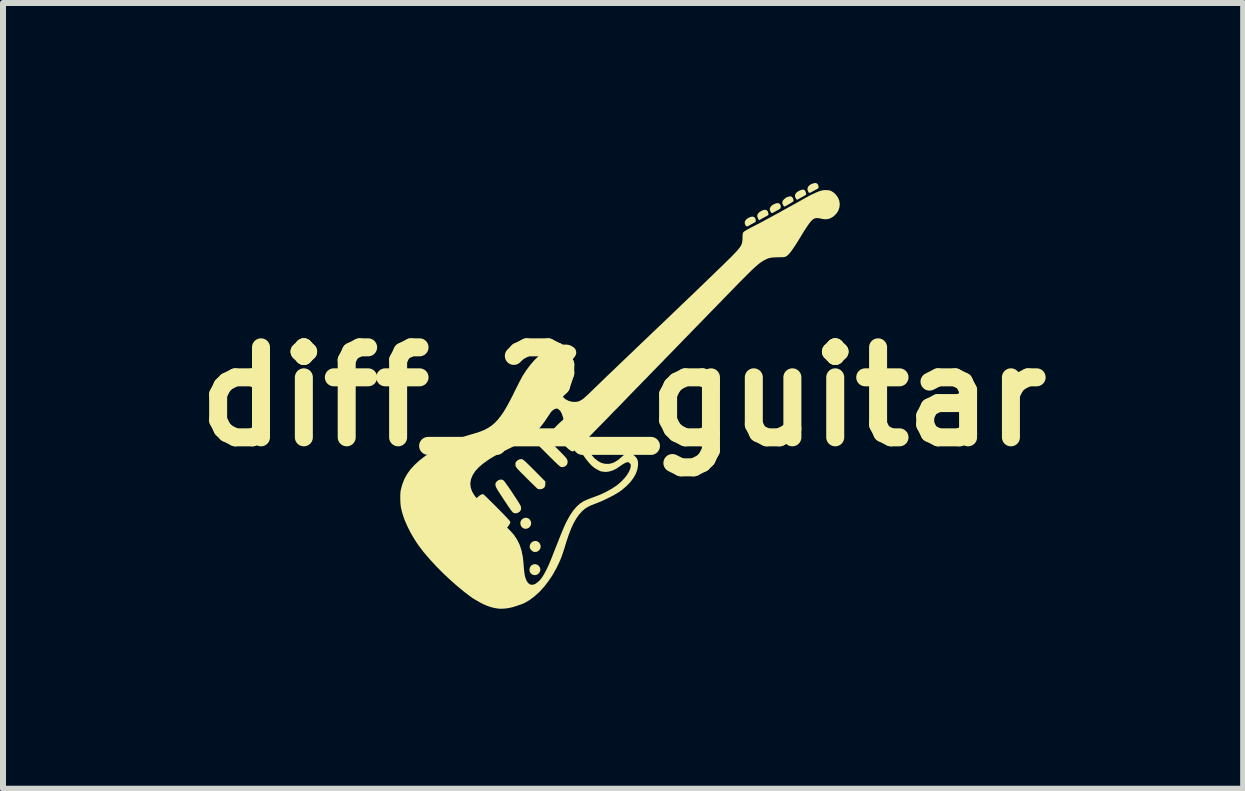
<source format=kicad_pcb>
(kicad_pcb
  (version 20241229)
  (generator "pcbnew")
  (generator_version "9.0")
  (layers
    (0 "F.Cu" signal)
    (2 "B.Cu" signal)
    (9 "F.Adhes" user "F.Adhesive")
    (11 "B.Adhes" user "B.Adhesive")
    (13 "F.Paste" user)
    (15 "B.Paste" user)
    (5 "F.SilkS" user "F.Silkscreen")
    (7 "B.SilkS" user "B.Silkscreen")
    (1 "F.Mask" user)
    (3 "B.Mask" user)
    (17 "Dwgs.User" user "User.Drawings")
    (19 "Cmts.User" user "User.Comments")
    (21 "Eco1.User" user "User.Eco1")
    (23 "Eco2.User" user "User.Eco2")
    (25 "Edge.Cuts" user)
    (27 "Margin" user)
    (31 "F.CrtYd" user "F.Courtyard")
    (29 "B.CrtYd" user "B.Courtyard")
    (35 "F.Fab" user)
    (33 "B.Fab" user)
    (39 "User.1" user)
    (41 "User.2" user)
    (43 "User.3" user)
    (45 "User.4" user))
  (footprint "diff_2_guitar"
    (layer "F.Cu")
    (at 7.336 3.561)
    (property "Reference" "diff_2_guitar" (at 0 0 0) (layer "F.SilkS") (effects (font (size 1.5 1.5) (thickness 0.3))))
    (attr board_only exclude_from_pos_files exclude_from_bom)
    (fp_poly (pts (xy -1.435 2.41) (xy -1.407 2.426) (xy -1.386 2.453) (xy -1.374 2.487) (xy -1.376 2.52) (xy -1.389 2.548) (xy -1.411 2.571) (xy -1.439 2.586) (xy -1.47 2.59) (xy -1.5 2.583) (xy -1.51 2.577) (xy -1.539 2.551) (xy -1.555 2.52) (xy -1.557 2.487) (xy -1.546 2.455) (xy -1.528 2.432) (xy -1.498 2.412) (xy -1.466 2.405)) (stroke (width 0) (type solid)) (fill yes) (layer "F.SilkS"))
    (fp_poly (pts (xy -1.604 2.02) (xy -1.574 2.033) (xy -1.548 2.059) (xy -1.545 2.063) (xy -1.533 2.096) (xy -1.534 2.13) (xy -1.548 2.161) (xy -1.571 2.186) (xy -1.587 2.194) (xy -1.614 2.203) (xy -1.638 2.203) (xy -1.665 2.193) (xy -1.689 2.175) (xy -1.706 2.148) (xy -1.713 2.116) (xy -1.71 2.084) (xy -1.697 2.058) (xy -1.669 2.033) (xy -1.637 2.02)) (stroke (width 0) (type solid)) (fill yes) (layer "F.SilkS"))
    (fp_poly (pts (xy -1.458 2.793) (xy -1.428 2.803) (xy -1.402 2.824) (xy -1.385 2.852) (xy -1.382 2.861) (xy -1.38 2.895) (xy -1.391 2.926) (xy -1.41 2.951) (xy -1.437 2.969) (xy -1.469 2.976) (xy -1.502 2.97) (xy -1.512 2.966) (xy -1.54 2.945) (xy -1.556 2.918) (xy -1.561 2.888) (xy -1.557 2.858) (xy -1.543 2.83) (xy -1.522 2.808) (xy -1.493 2.795) (xy -1.458 2.793)) (stroke (width 0) (type solid)) (fill yes) (layer "F.SilkS"))
    (fp_poly (pts (xy 2.395 -3.106) (xy 2.413 -3.085) (xy 2.422 -3.053) (xy 2.423 -3.04) (xy 2.421 -3.031) (xy 2.413 -3.022) (xy 2.396 -3.011) (xy 2.371 -2.998) (xy 2.341 -2.982) (xy 2.314 -2.967) (xy 2.293 -2.955) (xy 2.291 -2.954) (xy 2.267 -2.94) (xy 2.251 -2.965) (xy 2.237 -2.998) (xy 2.237 -3.027) (xy 2.251 -3.054) (xy 2.279 -3.08) (xy 2.298 -3.092) (xy 2.338 -3.11) (xy 2.37 -3.115)) (stroke (width 0) (type solid)) (fill yes) (layer "F.SilkS"))
    (fp_poly (pts (xy 2.185 -2.992) (xy 2.197 -2.981) (xy 2.208 -2.959) (xy 2.213 -2.936) (xy 2.211 -2.921) (xy 2.204 -2.91) (xy 2.187 -2.9) (xy 2.177 -2.894) (xy 2.15 -2.88) (xy 2.123 -2.865) (xy 2.114 -2.86) (xy 2.086 -2.844) (xy 2.066 -2.837) (xy 2.052 -2.841) (xy 2.043 -2.851) (xy 2.028 -2.884) (xy 2.028 -2.915) (xy 2.043 -2.943) (xy 2.072 -2.969) (xy 2.086 -2.978) (xy 2.126 -2.996) (xy 2.159 -3.001)) (stroke (width 0) (type solid)) (fill yes) (layer "F.SilkS"))
    (fp_poly (pts (xy 3.231 -3.553) (xy 3.243 -3.541) (xy 3.254 -3.519) (xy 3.258 -3.497) (xy 3.257 -3.481) (xy 3.25 -3.47) (xy 3.233 -3.46) (xy 3.222 -3.454) (xy 3.193 -3.439) (xy 3.161 -3.421) (xy 3.15 -3.415) (xy 3.125 -3.402) (xy 3.11 -3.396) (xy 3.1 -3.398) (xy 3.091 -3.407) (xy 3.088 -3.412) (xy 3.074 -3.445) (xy 3.074 -3.477) (xy 3.089 -3.506) (xy 3.117 -3.531) (xy 3.139 -3.543) (xy 3.178 -3.557) (xy 3.208 -3.561)) (stroke (width 0) (type solid)) (fill yes) (layer "F.SilkS"))
    (fp_poly (pts (xy 2.808 -3.334) (xy 2.821 -3.322) (xy 2.833 -3.302) (xy 2.84 -3.279) (xy 2.841 -3.26) (xy 2.84 -3.257) (xy 2.832 -3.25) (xy 2.815 -3.239) (xy 2.791 -3.224) (xy 2.763 -3.207) (xy 2.736 -3.191) (xy 2.711 -3.178) (xy 2.694 -3.17) (xy 2.686 -3.167) (xy 2.68 -3.173) (xy 2.67 -3.188) (xy 2.667 -3.192) (xy 2.654 -3.221) (xy 2.654 -3.247) (xy 2.666 -3.272) (xy 2.686 -3.293) (xy 2.717 -3.317) (xy 2.751 -3.332) (xy 2.784 -3.338)) (stroke (width 0) (type solid)) (fill yes) (layer "F.SilkS"))
    (fp_poly (pts (xy 2.599 -3.22) (xy 2.611 -3.21) (xy 2.625 -3.191) (xy 2.628 -3.169) (xy 2.628 -3.163) (xy 2.625 -3.145) (xy 2.616 -3.132) (xy 2.597 -3.12) (xy 2.592 -3.117) (xy 2.564 -3.102) (xy 2.533 -3.084) (xy 2.518 -3.076) (xy 2.496 -3.064) (xy 2.483 -3.06) (xy 2.475 -3.061) (xy 2.467 -3.068) (xy 2.456 -3.085) (xy 2.447 -3.105) (xy 2.445 -3.133) (xy 2.456 -3.16) (xy 2.478 -3.185) (xy 2.51 -3.206) (xy 2.549 -3.221) (xy 2.563 -3.224) (xy 2.584 -3.226)) (stroke (width 0) (type solid)) (fill yes) (layer "F.SilkS"))
    (fp_poly (pts (xy 2.999 -3.451) (xy 3.018 -3.446) (xy 3.027 -3.44) (xy 3.036 -3.427) (xy 3.044 -3.408) (xy 3.05 -3.387) (xy 3.051 -3.37) (xy 3.049 -3.364) (xy 3.04 -3.359) (xy 3.022 -3.348) (xy 2.997 -3.334) (xy 2.97 -3.319) (xy 2.943 -3.304) (xy 2.92 -3.291) (xy 2.904 -3.283) (xy 2.899 -3.281) (xy 2.893 -3.286) (xy 2.881 -3.299) (xy 2.88 -3.301) (xy 2.866 -3.33) (xy 2.866 -3.361) (xy 2.879 -3.39) (xy 2.889 -3.4) (xy 2.914 -3.42) (xy 2.944 -3.436) (xy 2.974 -3.447) (xy 2.998 -3.451)) (stroke (width 0) (type solid)) (fill yes) (layer "F.SilkS"))
    (fp_poly (pts (xy -1.311 0.673) (xy -1.302 0.679) (xy -1.283 0.694) (xy -1.257 0.717) (xy -1.225 0.746) (xy -1.189 0.78) (xy -1.151 0.816) (xy -1.111 0.855) (xy -1.072 0.893) (xy -1.036 0.93) (xy -1.003 0.963) (xy -0.976 0.992) (xy -0.955 1.015) (xy -0.946 1.026) (xy -0.928 1.06) (xy -0.924 1.095) (xy -0.933 1.127) (xy -0.943 1.142) (xy -0.97 1.164) (xy -1.002 1.175) (xy -1.034 1.173) (xy -1.046 1.167) (xy -1.067 1.15) (xy -1.097 1.124) (xy -1.136 1.087) (xy -1.184 1.04) (xy -1.241 0.983) (xy -1.425 0.799) (xy -1.425 0.763) (xy -1.422 0.736) (xy -1.413 0.716) (xy -1.404 0.704) (xy -1.375 0.683) (xy -1.34 0.673)) (stroke (width 0) (type solid)) (fill yes) (layer "F.SilkS"))
    (fp_poly (pts (xy -1.689 1.042) (xy -1.68 1.045) (xy -1.671 1.049) (xy -1.658 1.058) (xy -1.642 1.071) (xy -1.622 1.089) (xy -1.596 1.114) (xy -1.563 1.146) (xy -1.521 1.188) (xy -1.471 1.238) (xy -1.464 1.245) (xy -1.296 1.415) (xy -1.296 1.454) (xy -1.301 1.492) (xy -1.318 1.52) (xy -1.346 1.537) (xy -1.372 1.543) (xy -1.396 1.543) (xy -1.416 1.54) (xy -1.421 1.539) (xy -1.43 1.532) (xy -1.448 1.516) (xy -1.474 1.491) (xy -1.506 1.46) (xy -1.544 1.423) (xy -1.585 1.382) (xy -1.613 1.354) (xy -1.661 1.306) (xy -1.7 1.267) (xy -1.73 1.236) (xy -1.753 1.212) (xy -1.769 1.193) (xy -1.78 1.179) (xy -1.787 1.168) (xy -1.791 1.158) (xy -1.793 1.149) (xy -1.794 1.139) (xy -1.795 1.114) (xy -1.791 1.097) (xy -1.779 1.08) (xy -1.777 1.078) (xy -1.753 1.057) (xy -1.723 1.044) (xy -1.694 1.041)) (stroke (width 0) (type solid)) (fill yes) (layer "F.SilkS"))
    (fp_poly (pts (xy -2.012 1.386) (xy -1.993 1.397) (xy -1.983 1.407) (xy -1.966 1.429) (xy -1.944 1.46) (xy -1.916 1.499) (xy -1.885 1.544) (xy -1.851 1.594) (xy -1.836 1.617) (xy -1.799 1.674) (xy -1.769 1.719) (xy -1.746 1.755) (xy -1.729 1.783) (xy -1.717 1.804) (xy -1.709 1.821) (xy -1.704 1.833) (xy -1.702 1.844) (xy -1.701 1.855) (xy -1.701 1.858) (xy -1.703 1.883) (xy -1.711 1.901) (xy -1.724 1.917) (xy -1.754 1.937) (xy -1.789 1.945) (xy -1.815 1.942) (xy -1.823 1.939) (xy -1.831 1.935) (xy -1.841 1.926) (xy -1.852 1.914) (xy -1.867 1.895) (xy -1.885 1.87) (xy -1.909 1.836) (xy -1.938 1.792) (xy -1.975 1.737) (xy -1.991 1.713) (xy -2.029 1.655) (xy -2.059 1.609) (xy -2.082 1.572) (xy -2.1 1.543) (xy -2.112 1.521) (xy -2.12 1.504) (xy -2.125 1.49) (xy -2.127 1.479) (xy -2.128 1.477) (xy -2.129 1.454) (xy -2.124 1.438) (xy -2.112 1.421) (xy -2.106 1.414) (xy -2.076 1.391) (xy -2.044 1.382)) (stroke (width 0) (type solid)) (fill yes) (layer "F.SilkS"))
    (fp_poly (pts (xy 3.426 -3.44) (xy 3.467 -3.428) (xy 3.504 -3.406) (xy 3.541 -3.372) (xy 3.545 -3.368) (xy 3.581 -3.319) (xy 3.603 -3.266) (xy 3.611 -3.211) (xy 3.606 -3.156) (xy 3.589 -3.104) (xy 3.559 -3.055) (xy 3.516 -3.012) (xy 3.489 -2.992) (xy 3.45 -2.971) (xy 3.411 -2.959) (xy 3.37 -2.956) (xy 3.322 -2.961) (xy 3.292 -2.968) (xy 3.263 -2.974) (xy 3.237 -2.976) (xy 3.213 -2.975) (xy 3.191 -2.969) (xy 3.169 -2.957) (xy 3.146 -2.938) (xy 3.121 -2.911) (xy 3.094 -2.875) (xy 3.063 -2.83) (xy 3.026 -2.774) (xy 2.984 -2.706) (xy 2.952 -2.653) (xy 2.906 -2.578) (xy 2.866 -2.515) (xy 2.831 -2.464) (xy 2.802 -2.423) (xy 2.776 -2.39) (xy 2.754 -2.366) (xy 2.734 -2.349) (xy 2.73 -2.346) (xy 2.718 -2.338) (xy 2.706 -2.332) (xy 2.693 -2.328) (xy 2.674 -2.325) (xy 2.649 -2.324) (xy 2.612 -2.323) (xy 2.586 -2.323) (xy 2.53 -2.321) (xy 2.484 -2.318) (xy 2.447 -2.312) (xy 2.413 -2.302) (xy 2.381 -2.288) (xy 2.345 -2.269) (xy 2.339 -2.266) (xy 2.319 -2.254) (xy 2.298 -2.24) (xy 2.275 -2.223) (xy 2.25 -2.203) (xy 2.222 -2.178) (xy 2.189 -2.149) (xy 2.152 -2.115) (xy 2.11 -2.074) (xy 2.062 -2.026) (xy 2.007 -1.971) (xy 1.944 -1.908) (xy 1.873 -1.835) (xy 1.793 -1.753) (xy 1.709 -1.667) (xy 1.671 -1.628) (xy 1.625 -1.58) (xy 1.575 -1.529) (xy 1.524 -1.476) (xy 1.474 -1.426) (xy 1.447 -1.398) (xy 1.409 -1.359) (xy 1.363 -1.311) (xy 1.31 -1.257) (xy 1.253 -1.198) (xy 1.193 -1.137) (xy 1.133 -1.075) (xy 1.075 -1.015) (xy 1.053 -0.993) (xy 0.996 -0.934) (xy 0.936 -0.872) (xy 0.876 -0.81) (xy 0.817 -0.749) (xy 0.761 -0.692) (xy 0.711 -0.641) (xy 0.669 -0.597) (xy 0.656 -0.583) (xy 0.573 -0.499) (xy 0.501 -0.425) (xy 0.437 -0.359) (xy 0.382 -0.302) (xy 0.333 -0.253) (xy 0.291 -0.209) (xy 0.254 -0.171) (xy 0.221 -0.138) (xy 0.192 -0.108) (xy 0.166 -0.081) (xy 0.142 -0.057) (xy 0.119 -0.033) (xy 0.096 -0.009) (xy 0.091 -0.004) (xy 0.019 0.071) (xy -0.063 0.156) (xy -0.156 0.25) (xy -0.257 0.355) (xy -0.368 0.468) (xy -0.46 0.562) (xy -0.509 0.612) (xy -0.548 0.652) (xy -0.578 0.684) (xy -0.6 0.71) (xy -0.615 0.73) (xy -0.624 0.748) (xy -0.628 0.764) (xy -0.627 0.779) (xy -0.623 0.796) (xy -0.616 0.816) (xy -0.61 0.83) (xy -0.579 0.895) (xy -0.537 0.958) (xy -0.487 1.016) (xy -0.474 1.03) (xy -0.418 1.074) (xy -0.363 1.104) (xy -0.307 1.119) (xy -0.248 1.121) (xy -0.22 1.118) (xy -0.173 1.106) (xy -0.126 1.083) (xy -0.077 1.05) (xy -0.023 1.004) (xy -0.022 1.003) (xy 0.011 0.974) (xy 0.035 0.955) (xy 0.053 0.947) (xy 0.059 0.946) (xy 0.078 0.945) (xy 0.091 0.944) (xy 0.116 0.947) (xy 0.146 0.959) (xy 0.177 0.976) (xy 0.201 0.996) (xy 0.225 1.024) (xy 0.24 1.054) (xy 0.248 1.088) (xy 0.249 1.131) (xy 0.248 1.147) (xy 0.237 1.216) (xy 0.212 1.285) (xy 0.173 1.355) (xy 0.121 1.424) (xy 0.057 1.49) (xy -0.018 1.554) (xy -0.057 1.583) (xy -0.1 1.61) (xy -0.153 1.641) (xy -0.214 1.673) (xy -0.28 1.706) (xy -0.346 1.737) (xy -0.411 1.764) (xy -0.462 1.784) (xy -0.521 1.807) (xy -0.568 1.828) (xy -0.606 1.849) (xy -0.64 1.872) (xy -0.672 1.899) (xy -0.686 1.913) (xy -0.735 1.967) (xy -0.78 2.031) (xy -0.823 2.106) (xy -0.864 2.194) (xy -0.903 2.294) (xy -0.942 2.408) (xy -0.955 2.451) (xy -0.98 2.533) (xy -1.003 2.604) (xy -1.025 2.667) (xy -1.048 2.725) (xy -1.074 2.782) (xy -1.103 2.841) (xy -1.112 2.86) (xy -1.174 2.971) (xy -1.243 3.074) (xy -1.317 3.17) (xy -1.396 3.256) (xy -1.478 3.33) (xy -1.561 3.392) (xy -1.636 3.436) (xy -1.667 3.45) (xy -1.708 3.466) (xy -1.755 3.482) (xy -1.801 3.497) (xy -1.844 3.51) (xy -1.874 3.517) (xy -1.9 3.522) (xy -1.924 3.527) (xy -1.932 3.528) (xy -1.948 3.53) (xy -1.971 3.532) (xy -1.999 3.534) (xy -2.027 3.535) (xy -2.051 3.536) (xy -2.067 3.535) (xy -2.07 3.535) (xy -2.078 3.533) (xy -2.097 3.53) (xy -2.117 3.528) (xy -2.171 3.517) (xy -2.232 3.499) (xy -2.298 3.474) (xy -2.363 3.443) (xy -2.421 3.41) (xy -2.446 3.396) (xy -2.466 3.384) (xy -2.478 3.377) (xy -2.478 3.377) (xy -2.489 3.371) (xy -2.509 3.358) (xy -2.533 3.341) (xy -2.54 3.336) (xy -2.651 3.252) (xy -2.766 3.157) (xy -2.883 3.054) (xy -2.999 2.945) (xy -3.11 2.833) (xy -3.215 2.72) (xy -3.311 2.608) (xy -3.332 2.583) (xy -3.41 2.48) (xy -3.481 2.373) (xy -3.544 2.264) (xy -3.599 2.155) (xy -3.645 2.048) (xy -3.679 1.946) (xy -3.702 1.853) (xy -3.709 1.806) (xy -3.713 1.752) (xy -3.714 1.695) (xy -3.714 1.639) (xy -3.711 1.59) (xy -3.706 1.557) (xy -3.682 1.466) (xy -3.678 1.456) (xy -2.546 1.456) (xy -2.539 1.517) (xy -2.518 1.579) (xy -2.483 1.639) (xy -2.482 1.64) (xy -2.465 1.663) (xy -2.451 1.681) (xy -2.442 1.689) (xy -2.441 1.69) (xy -2.433 1.685) (xy -2.419 1.672) (xy -2.413 1.666) (xy -2.388 1.645) (xy -2.362 1.631) (xy -2.34 1.626) (xy -2.328 1.628) (xy -2.32 1.635) (xy -2.302 1.652) (xy -2.277 1.676) (xy -2.244 1.708) (xy -2.205 1.747) (xy -2.162 1.789) (xy -2.115 1.836) (xy -2.097 1.854) (xy -2.041 1.911) (xy -1.995 1.958) (xy -1.958 1.996) (xy -1.929 2.027) (xy -1.908 2.05) (xy -1.893 2.068) (xy -1.884 2.081) (xy -1.88 2.09) (xy -1.879 2.093) (xy -1.884 2.11) (xy -1.896 2.133) (xy -1.906 2.148) (xy -1.933 2.183) (xy -1.882 2.234) (xy -1.819 2.305) (xy -1.767 2.383) (xy -1.725 2.468) (xy -1.694 2.562) (xy -1.672 2.667) (xy -1.659 2.782) (xy -1.659 2.792) (xy -1.653 2.865) (xy -1.647 2.924) (xy -1.64 2.973) (xy -1.63 3.014) (xy -1.618 3.048) (xy -1.609 3.067) (xy -1.585 3.105) (xy -1.556 3.128) (xy -1.522 3.137) (xy -1.486 3.131) (xy -1.454 3.116) (xy -1.423 3.092) (xy -1.392 3.064) (xy -1.363 3.029) (xy -1.334 2.987) (xy -1.304 2.935) (xy -1.272 2.874) (xy -1.239 2.802) (xy -1.203 2.717) (xy -1.167 2.626) (xy -1.13 2.531) (xy -1.097 2.449) (xy -1.069 2.378) (xy -1.045 2.317) (xy -1.024 2.266) (xy -1.006 2.222) (xy -0.989 2.184) (xy -0.975 2.15) (xy -0.961 2.121) (xy -0.948 2.093) (xy -0.938 2.074) (xy -0.887 1.982) (xy -0.835 1.904) (xy -0.781 1.84) (xy -0.724 1.787) (xy -0.663 1.746) (xy -0.661 1.745) (xy -0.636 1.733) (xy -0.601 1.718) (xy -0.56 1.701) (xy -0.517 1.685) (xy -0.506 1.681) (xy -0.389 1.637) (xy -0.283 1.587) (xy -0.187 1.534) (xy -0.104 1.478) (xy -0.034 1.42) (xy -0.034 1.419) (xy 0.02 1.363) (xy 0.064 1.307) (xy 0.097 1.253) (xy 0.119 1.202) (xy 0.126 1.167) (xy 0.128 1.143) (xy 0.125 1.128) (xy 0.115 1.114) (xy 0.111 1.111) (xy 0.094 1.098) (xy 0.076 1.091) (xy 0.075 1.091) (xy 0.057 1.096) (xy 0.03 1.108) (xy -0.002 1.126) (xy -0.035 1.147) (xy -0.062 1.167) (xy -0.115 1.203) (xy -0.172 1.23) (xy -0.23 1.248) (xy -0.285 1.255) (xy -0.321 1.253) (xy -0.344 1.25) (xy -0.36 1.247) (xy -0.364 1.247) (xy -0.379 1.242) (xy -0.403 1.231) (xy -0.431 1.216) (xy -0.458 1.201) (xy -0.46 1.2) (xy -0.488 1.18) (xy -0.516 1.157) (xy -0.544 1.13) (xy -0.574 1.096) (xy -0.608 1.054) (xy -0.646 1.003) (xy -0.69 0.941) (xy -0.701 0.926) (xy -0.72 0.901) (xy -0.737 0.88) (xy -0.749 0.869) (xy -0.752 0.867) (xy -0.768 0.87) (xy -0.791 0.886) (xy -0.796 0.89) (xy -0.813 0.903) (xy -0.83 0.911) (xy -0.847 0.912) (xy -0.866 0.906) (xy -0.889 0.891) (xy -0.918 0.868) (xy -0.953 0.835) (xy -0.997 0.792) (xy -1.007 0.782) (xy -1.062 0.723) (xy -1.105 0.674) (xy -1.137 0.633) (xy -1.156 0.602) (xy -1.163 0.584) (xy -1.164 0.567) (xy -1.16 0.55) (xy -1.149 0.53) (xy -1.129 0.507) (xy -1.1 0.477) (xy -1.07 0.448) (xy -0.994 0.379) (xy -1.005 0.335) (xy -1.023 0.283) (xy -1.044 0.243) (xy -1.069 0.217) (xy -1.093 0.201) (xy -1.116 0.199) (xy -1.143 0.209) (xy -1.156 0.217) (xy -1.17 0.226) (xy -1.181 0.235) (xy -1.191 0.245) (xy -1.202 0.258) (xy -1.216 0.278) (xy -1.235 0.306) (xy -1.26 0.343) (xy -1.263 0.349) (xy -1.313 0.422) (xy -1.364 0.489) (xy -1.412 0.547) (xy -1.457 0.595) (xy -1.479 0.615) (xy -1.512 0.643) (xy -1.548 0.67) (xy -1.588 0.697) (xy -1.634 0.725) (xy -1.687 0.756) (xy -1.751 0.79) (xy -1.825 0.828) (xy -1.856 0.844) (xy -1.93 0.881) (xy -1.992 0.912) (xy -2.044 0.939) (xy -2.087 0.961) (xy -2.123 0.98) (xy -2.154 0.997) (xy -2.181 1.013) (xy -2.206 1.028) (xy -2.231 1.044) (xy -2.251 1.057) (xy -2.337 1.119) (xy -2.409 1.181) (xy -2.466 1.244) (xy -2.507 1.308) (xy -2.534 1.373) (xy -2.546 1.438) (xy -2.546 1.456) (xy -3.678 1.456) (xy -3.649 1.38) (xy -3.604 1.297) (xy -3.548 1.218) (xy -3.48 1.142) (xy -3.399 1.067) (xy -3.305 0.994) (xy -3.196 0.921) (xy -3.082 0.853) (xy -2.985 0.801) (xy -2.891 0.756) (xy -2.796 0.716) (xy -2.695 0.679) (xy -2.585 0.645) (xy -2.516 0.625) (xy -2.437 0.602) (xy -2.366 0.577) (xy -2.301 0.549) (xy -2.243 0.517) (xy -2.189 0.48) (xy -2.138 0.437) (xy -2.09 0.386) (xy -2.043 0.327) (xy -1.995 0.259) (xy -1.947 0.179) (xy -1.897 0.088) (xy -1.843 -0.015) (xy -1.821 -0.061) (xy -1.793 -0.117) (xy -1.765 -0.172) (xy -1.74 -0.223) (xy -1.717 -0.267) (xy -1.698 -0.303) (xy -1.684 -0.329) (xy -1.68 -0.337) (xy -1.616 -0.437) (xy -1.547 -0.529) (xy -1.473 -0.614) (xy -1.396 -0.688) (xy -1.317 -0.75) (xy -1.238 -0.8) (xy -1.218 -0.81) (xy -1.158 -0.837) (xy -1.103 -0.854) (xy -1.049 -0.864) (xy -0.989 -0.867) (xy -0.981 -0.867) (xy -0.944 -0.867) (xy -0.918 -0.864) (xy -0.897 -0.86) (xy -0.877 -0.852) (xy -0.862 -0.845) (xy -0.823 -0.821) (xy -0.797 -0.793) (xy -0.784 -0.76) (xy -0.783 -0.751) (xy -0.781 -0.729) (xy -0.784 -0.709) (xy -0.792 -0.688) (xy -0.806 -0.665) (xy -0.829 -0.637) (xy -0.86 -0.603) (xy -0.893 -0.57) (xy -0.95 -0.509) (xy -0.996 -0.454) (xy -1.03 -0.402) (xy -1.055 -0.351) (xy -1.072 -0.3) (xy -1.08 -0.245) (xy -1.082 -0.226) (xy -1.083 -0.188) (xy -1.081 -0.158) (xy -1.075 -0.129) (xy -1.069 -0.108) (xy -1.043 -0.047) (xy -1.006 0.003) (xy -0.961 0.043) (xy -0.908 0.071) (xy -0.85 0.086) (xy -0.803 0.088) (xy -0.776 0.086) (xy -0.752 0.082) (xy -0.729 0.074) (xy -0.705 0.062) (xy -0.678 0.045) (xy -0.648 0.021) (xy -0.613 -0.01) (xy -0.57 -0.05) (xy -0.519 -0.099) (xy -0.508 -0.11) (xy -0.415 -0.2) (xy -0.33 -0.282) (xy -0.253 -0.357) (xy -0.179 -0.427) (xy -0.109 -0.494) (xy -0.106 -0.497) (xy -0.056 -0.545) (xy 0.005 -0.603) (xy 0.077 -0.672) (xy 0.16 -0.751) (xy 0.253 -0.841) (xy 0.258 -0.845) (xy 0.293 -0.879) (xy 0.337 -0.921) (xy 0.385 -0.967) (xy 0.435 -1.014) (xy 0.483 -1.061) (xy 0.508 -1.084) (xy 0.554 -1.128) (xy 0.603 -1.174) (xy 0.652 -1.221) (xy 0.697 -1.264) (xy 0.736 -1.301) (xy 0.754 -1.318) (xy 0.838 -1.399) (xy 0.912 -1.47) (xy 0.976 -1.532) (xy 1.033 -1.586) (xy 1.081 -1.632) (xy 1.098 -1.648) (xy 1.139 -1.687) (xy 1.183 -1.729) (xy 1.232 -1.777) (xy 1.287 -1.829) (xy 1.349 -1.889) (xy 1.417 -1.955) (xy 1.495 -2.03) (xy 1.582 -2.115) (xy 1.625 -2.156) (xy 1.697 -2.226) (xy 1.758 -2.286) (xy 1.811 -2.338) (xy 1.854 -2.383) (xy 1.89 -2.421) (xy 1.919 -2.454) (xy 1.942 -2.483) (xy 1.959 -2.508) (xy 1.971 -2.531) (xy 1.98 -2.553) (xy 1.985 -2.575) (xy 1.988 -2.598) (xy 1.99 -2.623) (xy 1.99 -2.644) (xy 1.991 -2.681) (xy 1.993 -2.707) (xy 1.997 -2.725) (xy 2.003 -2.738) (xy 2.006 -2.742) (xy 2.019 -2.753) (xy 2.043 -2.769) (xy 2.078 -2.789) (xy 2.12 -2.812) (xy 2.141 -2.823) (xy 2.204 -2.855) (xy 2.278 -2.894) (xy 2.365 -2.94) (xy 2.462 -2.993) (xy 2.569 -3.051) (xy 2.686 -3.116) (xy 2.811 -3.185) (xy 2.944 -3.259) (xy 2.994 -3.287) (xy 3.038 -3.312) (xy 3.072 -3.33) (xy 3.098 -3.345) (xy 3.119 -3.356) (xy 3.138 -3.366) (xy 3.156 -3.374) (xy 3.211 -3.4) (xy 3.257 -3.419) (xy 3.295 -3.432) (xy 3.33 -3.439) (xy 3.364 -3.443) (xy 3.376 -3.443)) (stroke (width 0) (type solid)) (fill yes) (layer "F.SilkS")))
  (gr_rect
    (start -3 -3)
    (end 17.671 10.097)
    (stroke (width 0.1) (type default))
    (fill no)
    (layer "Edge.Cuts")))
</source>
